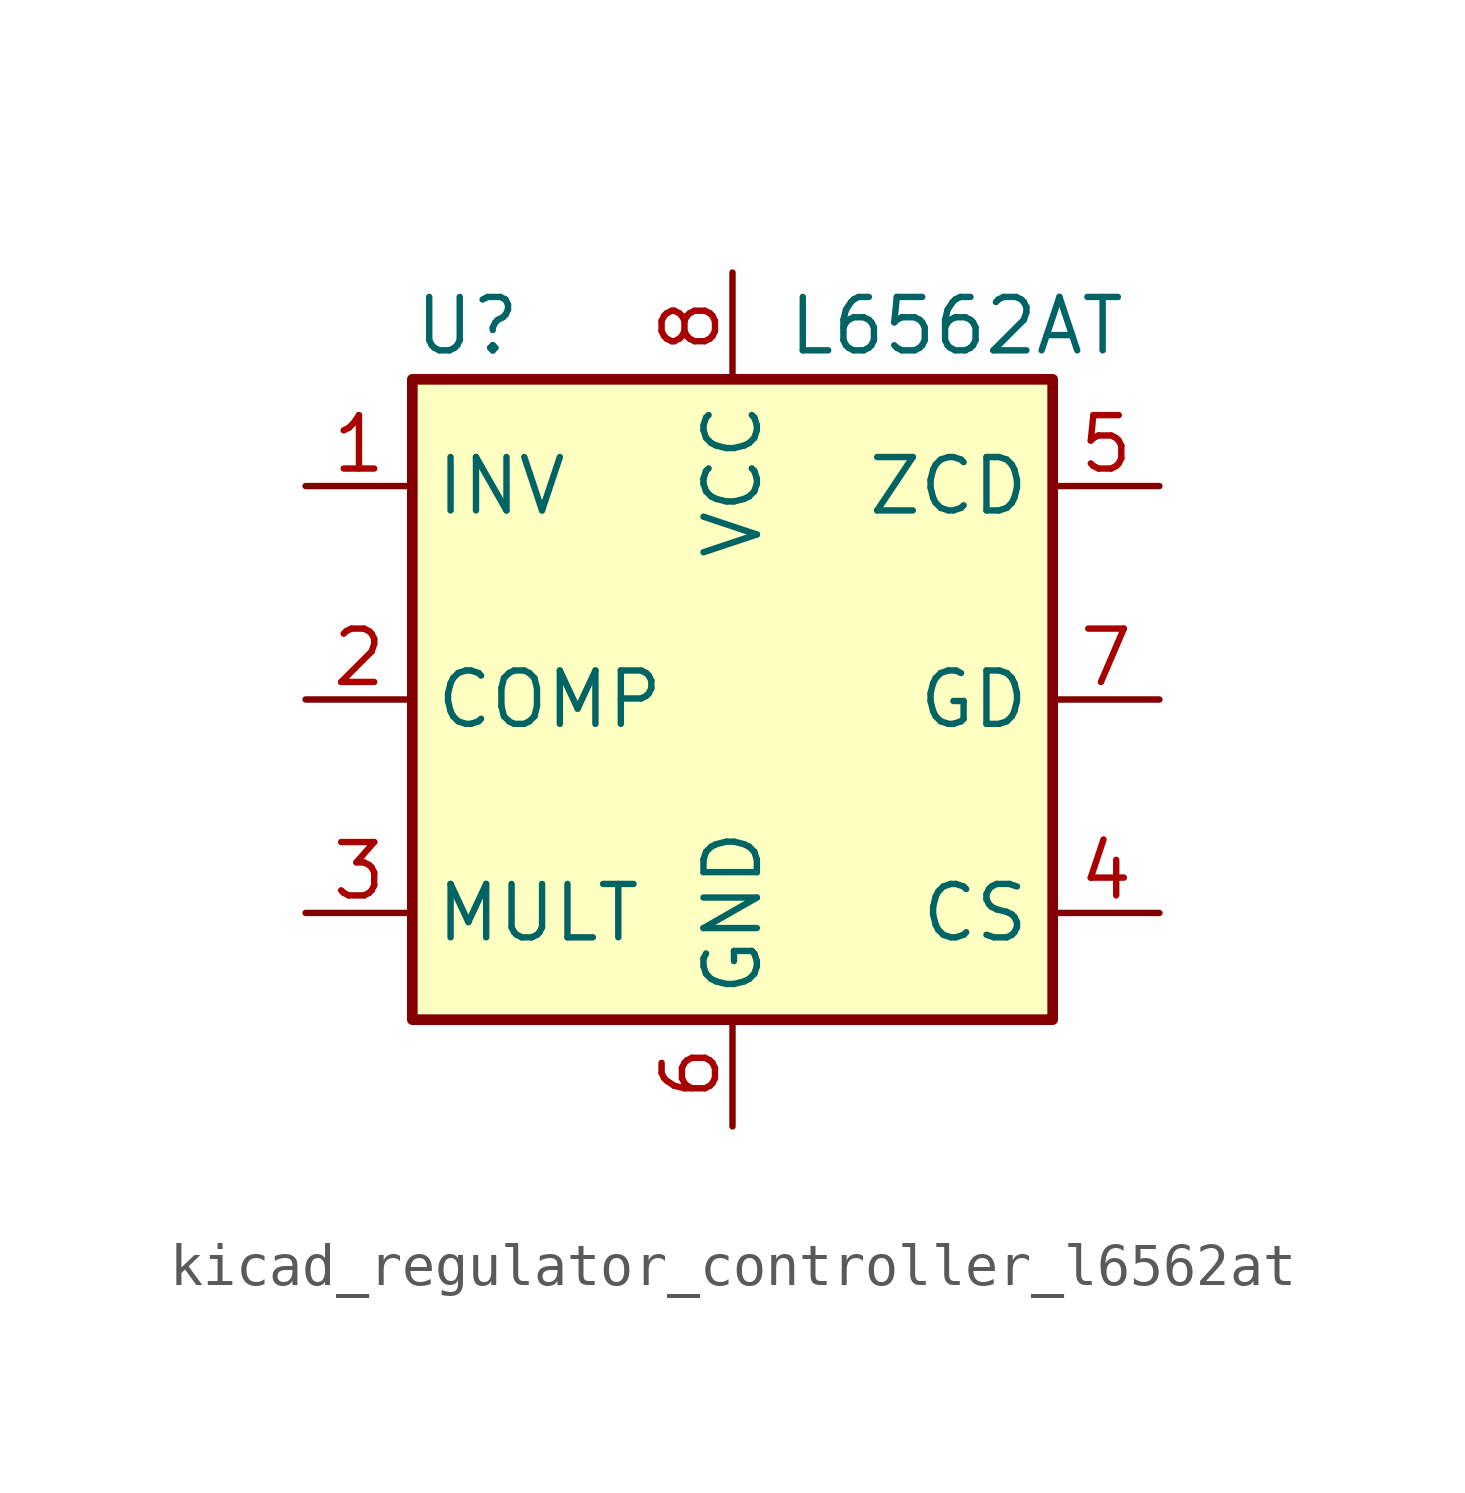
<source format=kicad_sym>
(kicad_symbol_lib
  (version 20220914)
  (generator kicad_symbol_editor)
  (symbol "kicad_regulator_controller_l6562at"
    (property "Reference" "U"
      (at -7.62 8.89 0)
      (effects (font (size 1.27 1.27)) (justify left)))
    (property "Value" "L6562AT"
      (at 1.27 8.89 0)
      (effects (font (size 1.27 1.27)) (justify left)))
    (symbol "kicad_regulator_controller_l6562at_0_0"
      (rectangle (start -7.62 7.62) (end 7.62 -7.62) (stroke (width 0.254) (type default)) (fill (type background))))
    (symbol "kicad_regulator_controller_l6562at_1_1"
      (pin input line (at -10.16 5.08 0) (length 2.54) (name "INV" (effects (font (size 1.27 1.27)))) (number "1" (effects (font (size 1.27 1.27)))))
      (pin output line (at -10.16 0 0) (length 2.54) (name "COMP" (effects (font (size 1.27 1.27)))) (number "2" (effects (font (size 1.27 1.27)))))
      (pin input line (at -10.16 -5.08 0) (length 2.54) (name "MULT" (effects (font (size 1.27 1.27)))) (number "3" (effects (font (size 1.27 1.27)))))
      (pin input line (at 10.16 -5.08 180) (length 2.54) (name "CS" (effects (font (size 1.27 1.27)))) (number "4" (effects (font (size 1.27 1.27)))))
      (pin input line (at 10.16 5.08 180) (length 2.54) (name "ZCD" (effects (font (size 1.27 1.27)))) (number "5" (effects (font (size 1.27 1.27)))))
      (pin power_in line (at 0 -10.16 90) (length 2.54) (name "GND" (effects (font (size 1.27 1.27)))) (number "6" (effects (font (size 1.27 1.27)))))
      (pin output line (at 10.16 0 180) (length 2.54) (name "GD" (effects (font (size 1.27 1.27)))) (number "7" (effects (font (size 1.27 1.27)))))
      (pin power_in line (at 0 10.16 270) (length 2.54) (name "VCC" (effects (font (size 1.27 1.27)))) (number "8" (effects (font (size 1.27 1.27))))))))
</source>
